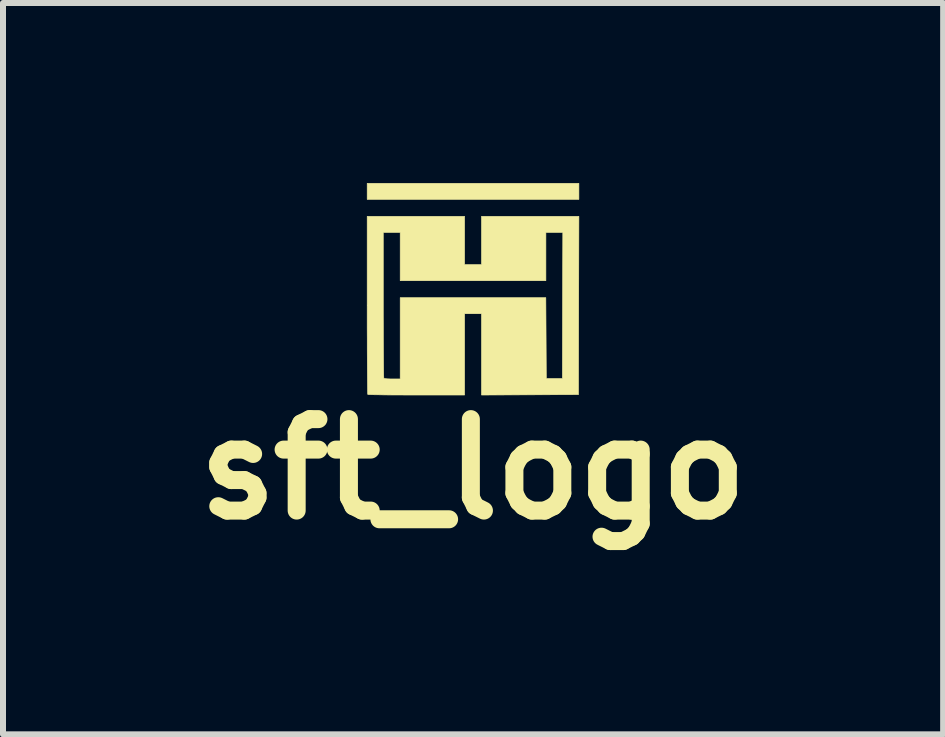
<source format=kicad_pcb>
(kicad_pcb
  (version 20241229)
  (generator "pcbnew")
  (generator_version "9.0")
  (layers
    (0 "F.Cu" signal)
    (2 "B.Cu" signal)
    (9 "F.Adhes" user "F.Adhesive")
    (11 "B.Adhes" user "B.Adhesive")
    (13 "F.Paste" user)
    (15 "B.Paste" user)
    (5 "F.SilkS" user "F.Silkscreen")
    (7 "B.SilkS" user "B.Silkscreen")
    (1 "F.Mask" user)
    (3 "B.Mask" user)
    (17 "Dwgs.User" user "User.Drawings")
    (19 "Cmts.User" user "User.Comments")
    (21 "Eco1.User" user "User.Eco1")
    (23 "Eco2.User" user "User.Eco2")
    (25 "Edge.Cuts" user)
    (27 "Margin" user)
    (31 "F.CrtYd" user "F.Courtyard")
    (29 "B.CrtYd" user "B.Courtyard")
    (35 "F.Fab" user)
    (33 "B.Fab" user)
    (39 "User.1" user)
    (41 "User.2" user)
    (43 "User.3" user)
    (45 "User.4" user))
  (footprint "sft_logo"
    (layer "F.Cu")
    (at 4.833 1.769)
    (property "Reference" "sft_logo" (at 0 3 0) (layer "F.SilkS") (effects (font (size 1.524 1.524) (thickness 0.3))))
    (attr through_hole)
    (fp_poly (pts (xy 1.764 -1.496) (xy -1.764 -1.496) (xy -1.764 -1.764) (xy 1.764 -1.764) (xy 1.764 -1.496)) (stroke (width 0.01) (type solid)) (fill yes) (layer "F.SilkS"))
    (fp_poly (pts (xy -0.141 -0.409) (xy 0.141 -0.409) (xy 0.141 -1.214) (xy 1.764 -1.214) (xy 1.76 0.272) (xy 1.757 1.757) (xy 0.141 1.764) (xy 0.141 0.409) (xy -0.141 0.409) (xy -0.141 1.764) (xy -0.943 1.764) (xy -1.091 1.764) (xy -1.23 1.763) (xy -1.359 1.763) (xy -1.473 1.762) (xy -1.572 1.76) (xy -1.652 1.759) (xy -1.711 1.757) (xy -1.745 1.756) (xy -1.754 1.754) (xy -1.756 1.739) (xy -1.757 1.698) (xy -1.758 1.632) (xy -1.759 1.543) (xy -1.76 1.434) (xy -1.761 1.306) (xy -1.762 1.16) (xy -1.763 1) (xy -1.763 0.826) (xy -1.764 0.64) (xy -1.764 0.445) (xy -1.764 0.266) (xy -1.764 -0.945) (xy -1.496 -0.945) (xy -1.496 0.266) (xy -1.496 0.448) (xy -1.495 0.623) (xy -1.495 0.787) (xy -1.494 0.939) (xy -1.493 1.076) (xy -1.492 1.197) (xy -1.491 1.3) (xy -1.49 1.382) (xy -1.489 1.442) (xy -1.487 1.477) (xy -1.486 1.486) (xy -1.469 1.49) (xy -1.43 1.494) (xy -1.377 1.496) (xy -1.345 1.496) (xy -1.214 1.496) (xy -1.214 0.141) (xy 1.213 0.141) (xy 1.217 0.815) (xy 1.221 1.489) (xy 1.489 1.489) (xy 1.492 0.272) (xy 1.496 -0.945) (xy 1.214 -0.945) (xy 1.214 -0.141) (xy -1.214 -0.141) (xy -1.214 -0.945) (xy -1.496 -0.945) (xy -1.764 -0.945) (xy -1.764 -1.214) (xy -0.141 -1.214) (xy -0.141 -0.409)) (stroke (width 0.01) (type solid)) (fill yes) (layer "F.SilkS")))
  (gr_rect
    (start -3 -3)
    (end 12.667 9.187)
    (stroke (width 0.1) (type default))
    (fill no)
    (layer "Edge.Cuts")))
</source>
